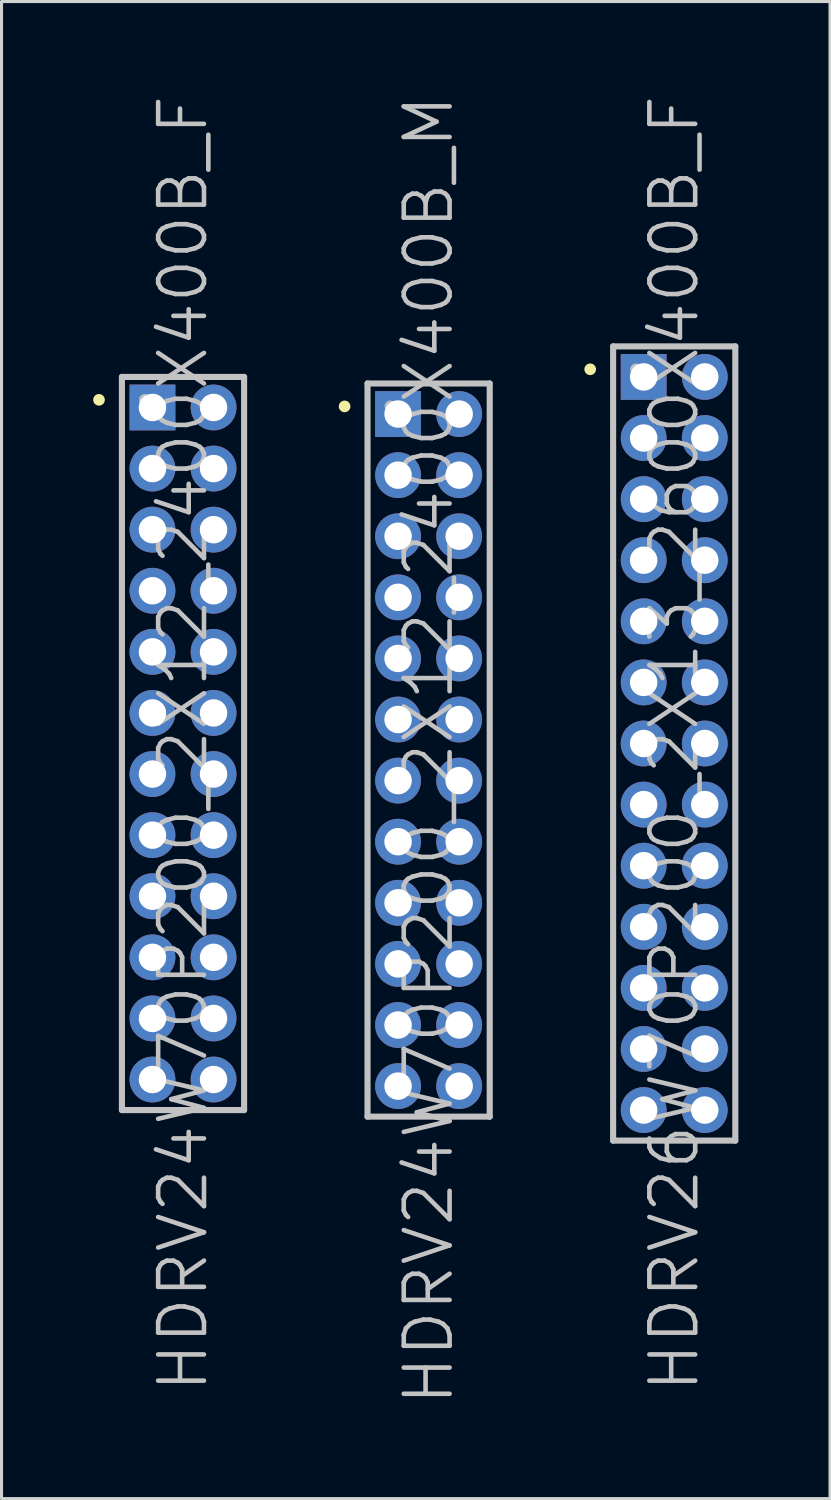
<source format=kicad_pcb>
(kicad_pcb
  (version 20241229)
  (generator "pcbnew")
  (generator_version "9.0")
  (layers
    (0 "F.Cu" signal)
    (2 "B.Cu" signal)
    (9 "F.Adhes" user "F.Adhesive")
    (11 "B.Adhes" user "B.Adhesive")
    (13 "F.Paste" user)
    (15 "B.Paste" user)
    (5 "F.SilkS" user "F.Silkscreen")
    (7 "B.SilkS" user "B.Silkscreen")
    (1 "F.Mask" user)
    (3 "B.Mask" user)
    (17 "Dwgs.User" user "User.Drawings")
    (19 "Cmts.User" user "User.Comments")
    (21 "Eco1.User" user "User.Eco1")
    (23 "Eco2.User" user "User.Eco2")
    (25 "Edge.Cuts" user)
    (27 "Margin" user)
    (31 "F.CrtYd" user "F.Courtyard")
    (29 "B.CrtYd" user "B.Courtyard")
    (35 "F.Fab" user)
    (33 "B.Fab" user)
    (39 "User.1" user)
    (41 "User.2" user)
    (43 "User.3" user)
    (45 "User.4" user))
  (footprint "HDRV24W70P200_2X12_2400X400B_M"
    (layer "F.Cu")
    (at 10.981 21.504)
    (property "Reference" "HDRV24W70P200_2X12_2400X400B_M" (at 0 0 90) (layer "Dwgs.User") (effects (font (size 1.5 1.5) (thickness 0.15))))
    (attr through_hole)
    (fp_line (start -2.75 -11.25) (end -2.75 -11.25) (stroke (width 0.381) (type solid)) (layer "F.SilkS"))
    (fp_line (start -2 -12) (end -2 12) (stroke (width 0.2) (type solid)) (layer "Dwgs.User"))
    (fp_line (start -2 -12) (end 2 -12) (stroke (width 0.2) (type solid)) (layer "Dwgs.User"))
    (fp_line (start -2 12) (end 2 12) (stroke (width 0.2) (type solid)) (layer "Dwgs.User"))
    (fp_line (start -1.25 -11.25) (end -1.25 -11.25) (stroke (width 0.381) (type solid)) (layer "Dwgs.User"))
    (fp_line (start 2 -12) (end 2 12) (stroke (width 0.2) (type solid)) (layer "Dwgs.User"))
    (pad "1" thru_hole rect (at -1 -11) (size 1.5 1.5) (drill 0.9) (layers "*.Cu" "*.Mask"))
    (pad "2" thru_hole circle (at 1 -11 270) (size 1.5 1.5) (drill 0.9) (layers "*.Cu" "*.Mask"))
    (pad "3" thru_hole circle (at -1 -9 270) (size 1.5 1.5) (drill 0.9) (layers "*.Cu" "*.Mask"))
    (pad "4" thru_hole circle (at 1 -9 270) (size 1.5 1.5) (drill 0.9) (layers "*.Cu" "*.Mask"))
    (pad "5" thru_hole circle (at -1 -7 270) (size 1.5 1.5) (drill 0.9) (layers "*.Cu" "*.Mask"))
    (pad "6" thru_hole circle (at 1 -7 270) (size 1.5 1.5) (drill 0.9) (layers "*.Cu" "*.Mask"))
    (pad "7" thru_hole circle (at -1 -5 270) (size 1.5 1.5) (drill 0.9) (layers "*.Cu" "*.Mask"))
    (pad "8" thru_hole circle (at 1 -5 270) (size 1.5 1.5) (drill 0.9) (layers "*.Cu" "*.Mask"))
    (pad "9" thru_hole circle (at -1 -3 270) (size 1.5 1.5) (drill 0.9) (layers "*.Cu" "*.Mask"))
    (pad "10" thru_hole circle (at 1 -3 270) (size 1.5 1.5) (drill 0.9) (layers "*.Cu" "*.Mask"))
    (pad "11" thru_hole circle (at -1 -1 270) (size 1.5 1.5) (drill 0.9) (layers "*.Cu" "*.Mask"))
    (pad "12" thru_hole circle (at 1 -1 270) (size 1.5 1.5) (drill 0.9) (layers "*.Cu" "*.Mask"))
    (pad "13" thru_hole circle (at -1 1 270) (size 1.5 1.5) (drill 0.9) (layers "*.Cu" "*.Mask"))
    (pad "14" thru_hole circle (at 1 1 270) (size 1.5 1.5) (drill 0.9) (layers "*.Cu" "*.Mask"))
    (pad "15" thru_hole circle (at -1 3 270) (size 1.5 1.5) (drill 0.9) (layers "*.Cu" "*.Mask"))
    (pad "16" thru_hole circle (at 1 3 270) (size 1.5 1.5) (drill 0.9) (layers "*.Cu" "*.Mask"))
    (pad "17" thru_hole circle (at -1 5 270) (size 1.5 1.5) (drill 0.9) (layers "*.Cu" "*.Mask"))
    (pad "18" thru_hole circle (at 1 5 270) (size 1.5 1.5) (drill 0.9) (layers "*.Cu" "*.Mask"))
    (pad "19" thru_hole circle (at -1 7 270) (size 1.5 1.5) (drill 0.9) (layers "*.Cu" "*.Mask"))
    (pad "20" thru_hole circle (at 1 7 270) (size 1.5 1.5) (drill 0.9) (layers "*.Cu" "*.Mask"))
    (pad "21" thru_hole circle (at -1 9 270) (size 1.5 1.5) (drill 0.9) (layers "*.Cu" "*.Mask"))
    (pad "22" thru_hole circle (at 1 9 270) (size 1.5 1.5) (drill 0.9) (layers "*.Cu" "*.Mask"))
    (pad "23" thru_hole circle (at -1 11 270) (size 1.5 1.5) (drill 0.9) (layers "*.Cu" "*.Mask"))
    (pad "24" thru_hole circle (at 1 11 270) (size 1.5 1.5) (drill 0.9) (layers "*.Cu" "*.Mask")))
  (footprint "HDRV26W70P200_2X13_2600X400B_F"
    (layer "F.Cu")
    (at 19.021 21.289)
    (property "Reference" "HDRV26W70P200_2X13_2600X400B_F" (at 0 0 90) (layer "Dwgs.User") (effects (font (size 1.5 1.5) (thickness 0.15))))
    (attr through_hole)
    (fp_line (start -2.75 -12.25) (end -2.75 -12.25) (stroke (width 0.381) (type solid)) (layer "F.SilkS"))
    (fp_line (start -2 -13) (end -2 13) (stroke (width 0.2) (type solid)) (layer "Dwgs.User"))
    (fp_line (start -2 -13) (end 2 -13) (stroke (width 0.2) (type solid)) (layer "Dwgs.User"))
    (fp_line (start -2 13) (end 2 13) (stroke (width 0.2) (type solid)) (layer "Dwgs.User"))
    (fp_line (start -1.25 -12.25) (end -1.25 -12.25) (stroke (width 0.381) (type solid)) (layer "Dwgs.User"))
    (fp_line (start 2 -13) (end 2 13) (stroke (width 0.2) (type solid)) (layer "Dwgs.User"))
    (pad "1" thru_hole rect (at -1 -12) (size 1.5 1.5) (drill 0.9) (layers "*.Cu" "*.Mask"))
    (pad "2" thru_hole circle (at 1 -12 270) (size 1.5 1.5) (drill 0.9) (layers "*.Cu" "*.Mask"))
    (pad "3" thru_hole circle (at -1 -10 270) (size 1.5 1.5) (drill 0.9) (layers "*.Cu" "*.Mask"))
    (pad "4" thru_hole circle (at 1 -10 270) (size 1.5 1.5) (drill 0.9) (layers "*.Cu" "*.Mask"))
    (pad "5" thru_hole circle (at -1 -8 270) (size 1.5 1.5) (drill 0.9) (layers "*.Cu" "*.Mask"))
    (pad "6" thru_hole circle (at 1 -8 270) (size 1.5 1.5) (drill 0.9) (layers "*.Cu" "*.Mask"))
    (pad "7" thru_hole circle (at -1 -6 270) (size 1.5 1.5) (drill 0.9) (layers "*.Cu" "*.Mask"))
    (pad "8" thru_hole circle (at 1 -6 270) (size 1.5 1.5) (drill 0.9) (layers "*.Cu" "*.Mask"))
    (pad "9" thru_hole circle (at -1 -4 270) (size 1.5 1.5) (drill 0.9) (layers "*.Cu" "*.Mask"))
    (pad "10" thru_hole circle (at 1 -4 270) (size 1.5 1.5) (drill 0.9) (layers "*.Cu" "*.Mask"))
    (pad "11" thru_hole circle (at -1 -2 270) (size 1.5 1.5) (drill 0.9) (layers "*.Cu" "*.Mask"))
    (pad "12" thru_hole circle (at 1 -2 270) (size 1.5 1.5) (drill 0.9) (layers "*.Cu" "*.Mask"))
    (pad "13" thru_hole circle (at -1 0 270) (size 1.5 1.5) (drill 0.9) (layers "*.Cu" "*.Mask"))
    (pad "14" thru_hole circle (at 1 0 270) (size 1.5 1.5) (drill 0.9) (layers "*.Cu" "*.Mask"))
    (pad "15" thru_hole circle (at -1 2 270) (size 1.5 1.5) (drill 0.9) (layers "*.Cu" "*.Mask"))
    (pad "16" thru_hole circle (at 1 2 270) (size 1.5 1.5) (drill 0.9) (layers "*.Cu" "*.Mask"))
    (pad "17" thru_hole circle (at -1 4 270) (size 1.5 1.5) (drill 0.9) (layers "*.Cu" "*.Mask"))
    (pad "18" thru_hole circle (at 1 4 270) (size 1.5 1.5) (drill 0.9) (layers "*.Cu" "*.Mask"))
    (pad "19" thru_hole circle (at -1 6 270) (size 1.5 1.5) (drill 0.9) (layers "*.Cu" "*.Mask"))
    (pad "20" thru_hole circle (at 1 6 270) (size 1.5 1.5) (drill 0.9) (layers "*.Cu" "*.Mask"))
    (pad "21" thru_hole circle (at -1 8 270) (size 1.5 1.5) (drill 0.9) (layers "*.Cu" "*.Mask"))
    (pad "22" thru_hole circle (at 1 8 270) (size 1.5 1.5) (drill 0.9) (layers "*.Cu" "*.Mask"))
    (pad "23" thru_hole circle (at -1 10 270) (size 1.5 1.5) (drill 0.9) (layers "*.Cu" "*.Mask"))
    (pad "24" thru_hole circle (at 1 10 270) (size 1.5 1.5) (drill 0.9) (layers "*.Cu" "*.Mask"))
    (pad "25" thru_hole circle (at -1 12 270) (size 1.5 1.5) (drill 0.9) (layers "*.Cu" "*.Mask"))
    (pad "26" thru_hole circle (at 1 12 270) (size 1.5 1.5) (drill 0.9) (layers "*.Cu" "*.Mask")))
  (footprint "HDRV24W70P200_2X12_2400X400B_F"
    (layer "F.Cu")
    (at 2.941 21.289)
    (property "Reference" "HDRV24W70P200_2X12_2400X400B_F" (at 0 0 90) (layer "Dwgs.User") (effects (font (size 1.5 1.5) (thickness 0.15))))
    (attr through_hole)
    (fp_line (start -2.75 -11.25) (end -2.75 -11.25) (stroke (width 0.381) (type solid)) (layer "F.SilkS"))
    (fp_line (start -2 -12) (end -2 12) (stroke (width 0.2) (type solid)) (layer "Dwgs.User"))
    (fp_line (start -2 -12) (end 2 -12) (stroke (width 0.2) (type solid)) (layer "Dwgs.User"))
    (fp_line (start -2 12) (end 2 12) (stroke (width 0.2) (type solid)) (layer "Dwgs.User"))
    (fp_line (start -1.25 -11.25) (end -1.25 -11.25) (stroke (width 0.381) (type solid)) (layer "Dwgs.User"))
    (fp_line (start 2 -12) (end 2 12) (stroke (width 0.2) (type solid)) (layer "Dwgs.User"))
    (pad "1" thru_hole rect (at -1 -11) (size 1.5 1.5) (drill 0.9) (layers "*.Cu" "*.Mask"))
    (pad "2" thru_hole circle (at 1 -11 270) (size 1.5 1.5) (drill 0.9) (layers "*.Cu" "*.Mask"))
    (pad "3" thru_hole circle (at -1 -9 270) (size 1.5 1.5) (drill 0.9) (layers "*.Cu" "*.Mask"))
    (pad "4" thru_hole circle (at 1 -9 270) (size 1.5 1.5) (drill 0.9) (layers "*.Cu" "*.Mask"))
    (pad "5" thru_hole circle (at -1 -7 270) (size 1.5 1.5) (drill 0.9) (layers "*.Cu" "*.Mask"))
    (pad "6" thru_hole circle (at 1 -7 270) (size 1.5 1.5) (drill 0.9) (layers "*.Cu" "*.Mask"))
    (pad "7" thru_hole circle (at -1 -5 270) (size 1.5 1.5) (drill 0.9) (layers "*.Cu" "*.Mask"))
    (pad "8" thru_hole circle (at 1 -5 270) (size 1.5 1.5) (drill 0.9) (layers "*.Cu" "*.Mask"))
    (pad "9" thru_hole circle (at -1 -3 270) (size 1.5 1.5) (drill 0.9) (layers "*.Cu" "*.Mask"))
    (pad "10" thru_hole circle (at 1 -3 270) (size 1.5 1.5) (drill 0.9) (layers "*.Cu" "*.Mask"))
    (pad "11" thru_hole circle (at -1 -1 270) (size 1.5 1.5) (drill 0.9) (layers "*.Cu" "*.Mask"))
    (pad "12" thru_hole circle (at 1 -1 270) (size 1.5 1.5) (drill 0.9) (layers "*.Cu" "*.Mask"))
    (pad "13" thru_hole circle (at -1 1 270) (size 1.5 1.5) (drill 0.9) (layers "*.Cu" "*.Mask"))
    (pad "14" thru_hole circle (at 1 1 270) (size 1.5 1.5) (drill 0.9) (layers "*.Cu" "*.Mask"))
    (pad "15" thru_hole circle (at -1 3 270) (size 1.5 1.5) (drill 0.9) (layers "*.Cu" "*.Mask"))
    (pad "16" thru_hole circle (at 1 3 270) (size 1.5 1.5) (drill 0.9) (layers "*.Cu" "*.Mask"))
    (pad "17" thru_hole circle (at -1 5 270) (size 1.5 1.5) (drill 0.9) (layers "*.Cu" "*.Mask"))
    (pad "18" thru_hole circle (at 1 5 270) (size 1.5 1.5) (drill 0.9) (layers "*.Cu" "*.Mask"))
    (pad "19" thru_hole circle (at -1 7 270) (size 1.5 1.5) (drill 0.9) (layers "*.Cu" "*.Mask"))
    (pad "20" thru_hole circle (at 1 7 270) (size 1.5 1.5) (drill 0.9) (layers "*.Cu" "*.Mask"))
    (pad "21" thru_hole circle (at -1 9 270) (size 1.5 1.5) (drill 0.9) (layers "*.Cu" "*.Mask"))
    (pad "22" thru_hole circle (at 1 9 270) (size 1.5 1.5) (drill 0.9) (layers "*.Cu" "*.Mask"))
    (pad "23" thru_hole circle (at -1 11 270) (size 1.5 1.5) (drill 0.9) (layers "*.Cu" "*.Mask"))
    (pad "24" thru_hole circle (at 1 11 270) (size 1.5 1.5) (drill 0.9) (layers "*.Cu" "*.Mask")))
  (gr_rect
    (start -3 -3)
    (end 24.122 46.007)
    (stroke (width 0.1) (type default))
    (fill no)
    (layer "Edge.Cuts")))
</source>
